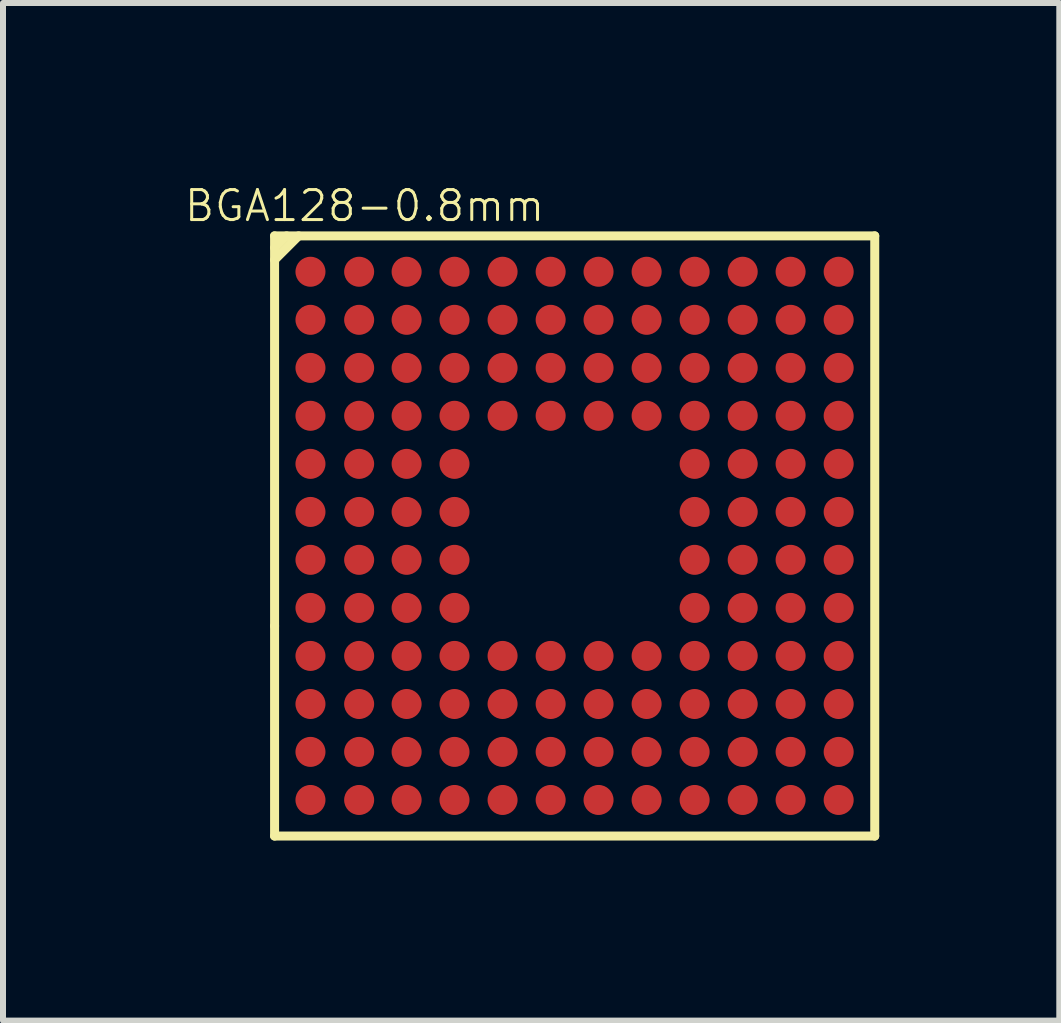
<source format=kicad_pcb>
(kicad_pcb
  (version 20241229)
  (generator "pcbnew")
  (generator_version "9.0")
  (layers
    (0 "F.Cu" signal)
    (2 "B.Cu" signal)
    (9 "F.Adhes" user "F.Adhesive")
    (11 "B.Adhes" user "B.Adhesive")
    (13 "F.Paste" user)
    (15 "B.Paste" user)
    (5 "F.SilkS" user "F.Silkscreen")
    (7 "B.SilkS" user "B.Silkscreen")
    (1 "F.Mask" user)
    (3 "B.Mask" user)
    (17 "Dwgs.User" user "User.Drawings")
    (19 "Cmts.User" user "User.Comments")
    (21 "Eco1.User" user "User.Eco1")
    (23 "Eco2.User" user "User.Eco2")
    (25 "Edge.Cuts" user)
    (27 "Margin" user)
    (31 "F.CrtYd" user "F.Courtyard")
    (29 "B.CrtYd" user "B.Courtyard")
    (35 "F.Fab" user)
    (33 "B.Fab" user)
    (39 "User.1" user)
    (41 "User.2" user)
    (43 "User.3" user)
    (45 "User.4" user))
  (footprint "BGA128-0.8mm"
    (layer "F.Cu")
    (at 1.525 0.88)
    (property "Reference" "BGA128-0.8mm" (at 1.5 -0.5 0) (layer "F.SilkS") (effects (font (size 0.5 0.5) (thickness 0.05))))
    (attr smd)
    (fp_line (start 0 0) (end 10 0.00014) (stroke (width 0.15) (type solid)) (layer "F.SilkS"))
    (fp_line (start 0.00014 6.5) (end 0.00014 0.00014) (stroke (width 0.15) (type solid)) (layer "F.SilkS"))
    (fp_line (start 0.00014 10) (end 0.00014 6.5) (stroke (width 0.15) (type solid)) (layer "F.SilkS"))
    (fp_line (start 0.2 0) (end 0 0.2) (stroke (width 0.15) (type solid)) (layer "F.SilkS"))
    (fp_line (start 0.4 0) (end 0 0.4) (stroke (width 0.15) (type solid)) (layer "F.SilkS"))
    (fp_line (start 10 0.00014) (end 10 10) (stroke (width 0.15) (type solid)) (layer "F.SilkS"))
    (fp_line (start 10 10) (end 0.00014 10) (stroke (width 0.15) (type solid)) (layer "F.SilkS"))
    (pad "A1" smd circle (at 0.598 0.598) (size 0.5 0.5) (layers "F.Cu" "F.Mask" "F.Paste"))
    (pad "A2" smd circle (at 1.409 0.598) (size 0.5 0.5) (layers "F.Cu" "F.Mask" "F.Paste"))
    (pad "A3" smd circle (at 2.2 0.598) (size 0.5 0.5) (layers "F.Cu" "F.Mask" "F.Paste"))
    (pad "A4" smd circle (at 2.998 0.598) (size 0.5 0.5) (layers "F.Cu" "F.Mask" "F.Paste"))
    (pad "A5" smd circle (at 3.799 0.598) (size 0.5 0.5) (layers "F.Cu" "F.Mask" "F.Paste"))
    (pad "A6" smd circle (at 4.6 0.598) (size 0.5 0.5) (layers "F.Cu" "F.Mask" "F.Paste"))
    (pad "A7" smd circle (at 5.398 0.598) (size 0.5 0.5) (layers "F.Cu" "F.Mask" "F.Paste"))
    (pad "A8" smd circle (at 6.199 0.598) (size 0.5 0.5) (layers "F.Cu" "F.Mask" "F.Paste"))
    (pad "A9" smd circle (at 6.999 0.598) (size 0.5 0.5) (layers "F.Cu" "F.Mask" "F.Paste"))
    (pad "A10" smd circle (at 7.8 0.598) (size 0.5 0.5) (layers "F.Cu" "F.Mask" "F.Paste"))
    (pad "A11" smd circle (at 8.598 0.598) (size 0.5 0.5) (layers "F.Cu" "F.Mask" "F.Paste"))
    (pad "A12" smd circle (at 9.399 0.598) (size 0.5 0.5) (layers "F.Cu" "F.Mask" "F.Paste"))
    (pad "B1" smd circle (at 0.598 1.399) (size 0.5 0.5) (layers "F.Cu" "F.Mask" "F.Paste"))
    (pad "B2" smd circle (at 1.409 1.399) (size 0.5 0.5) (layers "F.Cu" "F.Mask" "F.Paste"))
    (pad "B3" smd circle (at 2.2 1.399) (size 0.5 0.5) (layers "F.Cu" "F.Mask" "F.Paste"))
    (pad "B4" smd circle (at 2.998 1.399) (size 0.5 0.5) (layers "F.Cu" "F.Mask" "F.Paste"))
    (pad "B5" smd circle (at 3.799 1.399) (size 0.5 0.5) (layers "F.Cu" "F.Mask" "F.Paste"))
    (pad "B6" smd circle (at 4.6 1.399) (size 0.5 0.5) (layers "F.Cu" "F.Mask" "F.Paste"))
    (pad "B7" smd circle (at 5.398 1.399) (size 0.5 0.5) (layers "F.Cu" "F.Mask" "F.Paste"))
    (pad "B8" smd circle (at 6.199 1.399) (size 0.5 0.5) (layers "F.Cu" "F.Mask" "F.Paste"))
    (pad "B9" smd circle (at 6.999 1.399) (size 0.5 0.5) (layers "F.Cu" "F.Mask" "F.Paste"))
    (pad "B10" smd circle (at 7.8 1.399) (size 0.5 0.5) (layers "F.Cu" "F.Mask" "F.Paste"))
    (pad "B11" smd circle (at 8.598 1.399) (size 0.5 0.5) (layers "F.Cu" "F.Mask" "F.Paste"))
    (pad "B12" smd circle (at 9.399 1.399) (size 0.5 0.5) (layers "F.Cu" "F.Mask" "F.Paste"))
    (pad "C1" smd circle (at 0.598 2.2) (size 0.5 0.5) (layers "F.Cu" "F.Mask" "F.Paste"))
    (pad "C2" smd circle (at 1.409 2.2) (size 0.5 0.5) (layers "F.Cu" "F.Mask" "F.Paste"))
    (pad "C3" smd circle (at 2.2 2.2) (size 0.5 0.5) (layers "F.Cu" "F.Mask" "F.Paste"))
    (pad "C4" smd circle (at 2.998 2.2) (size 0.5 0.5) (layers "F.Cu" "F.Mask" "F.Paste"))
    (pad "C5" smd circle (at 3.799 2.2) (size 0.5 0.5) (layers "F.Cu" "F.Mask" "F.Paste"))
    (pad "C6" smd circle (at 4.6 2.2) (size 0.5 0.5) (layers "F.Cu" "F.Mask" "F.Paste"))
    (pad "C7" smd circle (at 5.398 2.2) (size 0.5 0.5) (layers "F.Cu" "F.Mask" "F.Paste"))
    (pad "C8" smd circle (at 6.199 2.2) (size 0.5 0.5) (layers "F.Cu" "F.Mask" "F.Paste"))
    (pad "C9" smd circle (at 6.999 2.2) (size 0.5 0.5) (layers "F.Cu" "F.Mask" "F.Paste"))
    (pad "C10" smd circle (at 7.8 2.2) (size 0.5 0.5) (layers "F.Cu" "F.Mask" "F.Paste"))
    (pad "C11" smd circle (at 8.598 2.2) (size 0.5 0.5) (layers "F.Cu" "F.Mask" "F.Paste"))
    (pad "C12" smd circle (at 9.399 2.2) (size 0.5 0.5) (layers "F.Cu" "F.Mask" "F.Paste"))
    (pad "D1" smd circle (at 0.598 2.998) (size 0.5 0.5) (layers "F.Cu" "F.Mask" "F.Paste"))
    (pad "D2" smd circle (at 1.409 2.998) (size 0.5 0.5) (layers "F.Cu" "F.Mask" "F.Paste"))
    (pad "D3" smd circle (at 2.2 2.998) (size 0.5 0.5) (layers "F.Cu" "F.Mask" "F.Paste"))
    (pad "D4" smd circle (at 2.998 2.998) (size 0.5 0.5) (layers "F.Cu" "F.Mask" "F.Paste"))
    (pad "D5" smd circle (at 3.799 2.998) (size 0.5 0.5) (layers "F.Cu" "F.Mask" "F.Paste"))
    (pad "D6" smd circle (at 4.6 2.998) (size 0.5 0.5) (layers "F.Cu" "F.Mask" "F.Paste"))
    (pad "D7" smd circle (at 5.398 2.998) (size 0.5 0.5) (layers "F.Cu" "F.Mask" "F.Paste"))
    (pad "D8" smd circle (at 6.199 2.998) (size 0.5 0.5) (layers "F.Cu" "F.Mask" "F.Paste"))
    (pad "D9" smd circle (at 6.999 2.998) (size 0.5 0.5) (layers "F.Cu" "F.Mask" "F.Paste"))
    (pad "D10" smd circle (at 7.8 2.998) (size 0.5 0.5) (layers "F.Cu" "F.Mask" "F.Paste"))
    (pad "D11" smd circle (at 8.598 2.998) (size 0.5 0.5) (layers "F.Cu" "F.Mask" "F.Paste"))
    (pad "D12" smd circle (at 9.399 2.998) (size 0.5 0.5) (layers "F.Cu" "F.Mask" "F.Paste"))
    (pad "E1" smd circle (at 0.598 3.799) (size 0.5 0.5) (layers "F.Cu" "F.Mask" "F.Paste"))
    (pad "E2" smd circle (at 1.409 3.799) (size 0.5 0.5) (layers "F.Cu" "F.Mask" "F.Paste"))
    (pad "E3" smd circle (at 2.2 3.799) (size 0.5 0.5) (layers "F.Cu" "F.Mask" "F.Paste"))
    (pad "E4" smd circle (at 2.998 3.799) (size 0.5 0.5) (layers "F.Cu" "F.Mask" "F.Paste"))
    (pad "E9" smd circle (at 6.999 3.799) (size 0.5 0.5) (layers "F.Cu" "F.Mask" "F.Paste"))
    (pad "E10" smd circle (at 7.8 3.799) (size 0.5 0.5) (layers "F.Cu" "F.Mask" "F.Paste"))
    (pad "E11" smd circle (at 8.598 3.799) (size 0.5 0.5) (layers "F.Cu" "F.Mask" "F.Paste"))
    (pad "E12" smd circle (at 9.399 3.799) (size 0.5 0.5) (layers "F.Cu" "F.Mask" "F.Paste"))
    (pad "F1" smd circle (at 0.598 4.6) (size 0.5 0.5) (layers "F.Cu" "F.Mask" "F.Paste"))
    (pad "F2" smd circle (at 1.409 4.6) (size 0.5 0.5) (layers "F.Cu" "F.Mask" "F.Paste"))
    (pad "F3" smd circle (at 2.2 4.6) (size 0.5 0.5) (layers "F.Cu" "F.Mask" "F.Paste"))
    (pad "F4" smd circle (at 2.998 4.6) (size 0.5 0.5) (layers "F.Cu" "F.Mask" "F.Paste"))
    (pad "F9" smd circle (at 6.999 4.6) (size 0.5 0.5) (layers "F.Cu" "F.Mask" "F.Paste"))
    (pad "F10" smd circle (at 7.8 4.6) (size 0.5 0.5) (layers "F.Cu" "F.Mask" "F.Paste"))
    (pad "F11" smd circle (at 8.598 4.6) (size 0.5 0.5) (layers "F.Cu" "F.Mask" "F.Paste"))
    (pad "F12" smd circle (at 9.399 4.6) (size 0.5 0.5) (layers "F.Cu" "F.Mask" "F.Paste"))
    (pad "G1" smd circle (at 0.598 5.398) (size 0.5 0.5) (layers "F.Cu" "F.Mask" "F.Paste"))
    (pad "G2" smd circle (at 1.409 5.398) (size 0.5 0.5) (layers "F.Cu" "F.Mask" "F.Paste"))
    (pad "G3" smd circle (at 2.2 5.398) (size 0.5 0.5) (layers "F.Cu" "F.Mask" "F.Paste"))
    (pad "G4" smd circle (at 2.998 5.398) (size 0.5 0.5) (layers "F.Cu" "F.Mask" "F.Paste"))
    (pad "G9" smd circle (at 6.999 5.398) (size 0.5 0.5) (layers "F.Cu" "F.Mask" "F.Paste"))
    (pad "G10" smd circle (at 7.8 5.398) (size 0.5 0.5) (layers "F.Cu" "F.Mask" "F.Paste"))
    (pad "G11" smd circle (at 8.598 5.398) (size 0.5 0.5) (layers "F.Cu" "F.Mask" "F.Paste"))
    (pad "G12" smd circle (at 9.399 5.398) (size 0.5 0.5) (layers "F.Cu" "F.Mask" "F.Paste"))
    (pad "H1" smd circle (at 0.598 6.199) (size 0.5 0.5) (layers "F.Cu" "F.Mask" "F.Paste"))
    (pad "H2" smd circle (at 1.409 6.199) (size 0.5 0.5) (layers "F.Cu" "F.Mask" "F.Paste"))
    (pad "H3" smd circle (at 2.2 6.199) (size 0.5 0.5) (layers "F.Cu" "F.Mask" "F.Paste"))
    (pad "H4" smd circle (at 2.998 6.199) (size 0.5 0.5) (layers "F.Cu" "F.Mask" "F.Paste"))
    (pad "H9" smd circle (at 6.999 6.199) (size 0.5 0.5) (layers "F.Cu" "F.Mask" "F.Paste"))
    (pad "H10" smd circle (at 7.8 6.199) (size 0.5 0.5) (layers "F.Cu" "F.Mask" "F.Paste"))
    (pad "H11" smd circle (at 8.598 6.199) (size 0.5 0.5) (layers "F.Cu" "F.Mask" "F.Paste"))
    (pad "H12" smd circle (at 9.399 6.199) (size 0.5 0.5) (layers "F.Cu" "F.Mask" "F.Paste"))
    (pad "J1" smd circle (at 0.598 6.999) (size 0.5 0.5) (layers "F.Cu" "F.Mask" "F.Paste"))
    (pad "J2" smd circle (at 1.409 6.999) (size 0.5 0.5) (layers "F.Cu" "F.Mask" "F.Paste"))
    (pad "J3" smd circle (at 2.2 6.999) (size 0.5 0.5) (layers "F.Cu" "F.Mask" "F.Paste"))
    (pad "J4" smd circle (at 2.998 6.999) (size 0.5 0.5) (layers "F.Cu" "F.Mask" "F.Paste"))
    (pad "J5" smd circle (at 3.799 6.999) (size 0.5 0.5) (layers "F.Cu" "F.Mask" "F.Paste"))
    (pad "J6" smd circle (at 4.6 6.999) (size 0.5 0.5) (layers "F.Cu" "F.Mask" "F.Paste"))
    (pad "J7" smd circle (at 5.398 6.999) (size 0.5 0.5) (layers "F.Cu" "F.Mask" "F.Paste"))
    (pad "J8" smd circle (at 6.199 6.999) (size 0.5 0.5) (layers "F.Cu" "F.Mask" "F.Paste"))
    (pad "J9" smd circle (at 6.999 6.999) (size 0.5 0.5) (layers "F.Cu" "F.Mask" "F.Paste"))
    (pad "J10" smd circle (at 7.8 6.999) (size 0.5 0.5) (layers "F.Cu" "F.Mask" "F.Paste"))
    (pad "J11" smd circle (at 8.598 6.999) (size 0.5 0.5) (layers "F.Cu" "F.Mask" "F.Paste"))
    (pad "J12" smd circle (at 9.399 6.999) (size 0.5 0.5) (layers "F.Cu" "F.Mask" "F.Paste"))
    (pad "K1" smd circle (at 0.598 7.8) (size 0.5 0.5) (layers "F.Cu" "F.Mask" "F.Paste"))
    (pad "K2" smd circle (at 1.409 7.8) (size 0.5 0.5) (layers "F.Cu" "F.Mask" "F.Paste"))
    (pad "K3" smd circle (at 2.2 7.8) (size 0.5 0.5) (layers "F.Cu" "F.Mask" "F.Paste"))
    (pad "K4" smd circle (at 2.998 7.8) (size 0.5 0.5) (layers "F.Cu" "F.Mask" "F.Paste"))
    (pad "K5" smd circle (at 3.799 7.8) (size 0.5 0.5) (layers "F.Cu" "F.Mask" "F.Paste"))
    (pad "K6" smd circle (at 4.6 7.8) (size 0.5 0.5) (layers "F.Cu" "F.Mask" "F.Paste"))
    (pad "K7" smd circle (at 5.398 7.8) (size 0.5 0.5) (layers "F.Cu" "F.Mask" "F.Paste"))
    (pad "K8" smd circle (at 6.199 7.8) (size 0.5 0.5) (layers "F.Cu" "F.Mask" "F.Paste"))
    (pad "K9" smd circle (at 6.999 7.8) (size 0.5 0.5) (layers "F.Cu" "F.Mask" "F.Paste"))
    (pad "K10" smd circle (at 7.8 7.8) (size 0.5 0.5) (layers "F.Cu" "F.Mask" "F.Paste"))
    (pad "K11" smd circle (at 8.598 7.8) (size 0.5 0.5) (layers "F.Cu" "F.Mask" "F.Paste"))
    (pad "K12" smd circle (at 9.399 7.8) (size 0.5 0.5) (layers "F.Cu" "F.Mask" "F.Paste"))
    (pad "L1" smd circle (at 0.598 8.598) (size 0.5 0.5) (layers "F.Cu" "F.Mask" "F.Paste"))
    (pad "L2" smd circle (at 1.409 8.598) (size 0.5 0.5) (layers "F.Cu" "F.Mask" "F.Paste"))
    (pad "L3" smd circle (at 2.2 8.598) (size 0.5 0.5) (layers "F.Cu" "F.Mask" "F.Paste"))
    (pad "L4" smd circle (at 2.998 8.598) (size 0.5 0.5) (layers "F.Cu" "F.Mask" "F.Paste"))
    (pad "L5" smd circle (at 3.799 8.598) (size 0.5 0.5) (layers "F.Cu" "F.Mask" "F.Paste"))
    (pad "L6" smd circle (at 4.6 8.598) (size 0.5 0.5) (layers "F.Cu" "F.Mask" "F.Paste"))
    (pad "L7" smd circle (at 5.398 8.598) (size 0.5 0.5) (layers "F.Cu" "F.Mask" "F.Paste"))
    (pad "L8" smd circle (at 6.199 8.598) (size 0.5 0.5) (layers "F.Cu" "F.Mask" "F.Paste"))
    (pad "L9" smd circle (at 6.999 8.598) (size 0.5 0.5) (layers "F.Cu" "F.Mask" "F.Paste"))
    (pad "L10" smd circle (at 7.8 8.598) (size 0.5 0.5) (layers "F.Cu" "F.Mask" "F.Paste"))
    (pad "L11" smd circle (at 8.598 8.598) (size 0.5 0.5) (layers "F.Cu" "F.Mask" "F.Paste"))
    (pad "L12" smd circle (at 9.399 8.598) (size 0.5 0.5) (layers "F.Cu" "F.Mask" "F.Paste"))
    (pad "M1" smd circle (at 0.598 9.399) (size 0.5 0.5) (layers "F.Cu" "F.Mask" "F.Paste"))
    (pad "M2" smd circle (at 1.409 9.399) (size 0.5 0.5) (layers "F.Cu" "F.Mask" "F.Paste"))
    (pad "M3" smd circle (at 2.2 9.399) (size 0.5 0.5) (layers "F.Cu" "F.Mask" "F.Paste"))
    (pad "M4" smd circle (at 2.998 9.399) (size 0.5 0.5) (layers "F.Cu" "F.Mask" "F.Paste"))
    (pad "M5" smd circle (at 3.799 9.399) (size 0.5 0.5) (layers "F.Cu" "F.Mask" "F.Paste"))
    (pad "M6" smd circle (at 4.6 9.399) (size 0.5 0.5) (layers "F.Cu" "F.Mask" "F.Paste"))
    (pad "M7" smd circle (at 5.398 9.399) (size 0.5 0.5) (layers "F.Cu" "F.Mask" "F.Paste"))
    (pad "M8" smd circle (at 6.199 9.399) (size 0.5 0.5) (layers "F.Cu" "F.Mask" "F.Paste"))
    (pad "M9" smd circle (at 6.999 9.399) (size 0.5 0.5) (layers "F.Cu" "F.Mask" "F.Paste"))
    (pad "M10" smd circle (at 7.8 9.399) (size 0.5 0.5) (layers "F.Cu" "F.Mask" "F.Paste"))
    (pad "M11" smd circle (at 8.598 9.399) (size 0.5 0.5) (layers "F.Cu" "F.Mask" "F.Paste"))
    (pad "M12" smd circle (at 9.399 9.399) (size 0.5 0.5) (layers "F.Cu" "F.Mask" "F.Paste")))
  (gr_rect
    (start -3 -3)
    (end 14.6 13.955)
    (stroke (width 0.1) (type default))
    (fill no)
    (layer "Edge.Cuts")))
</source>
